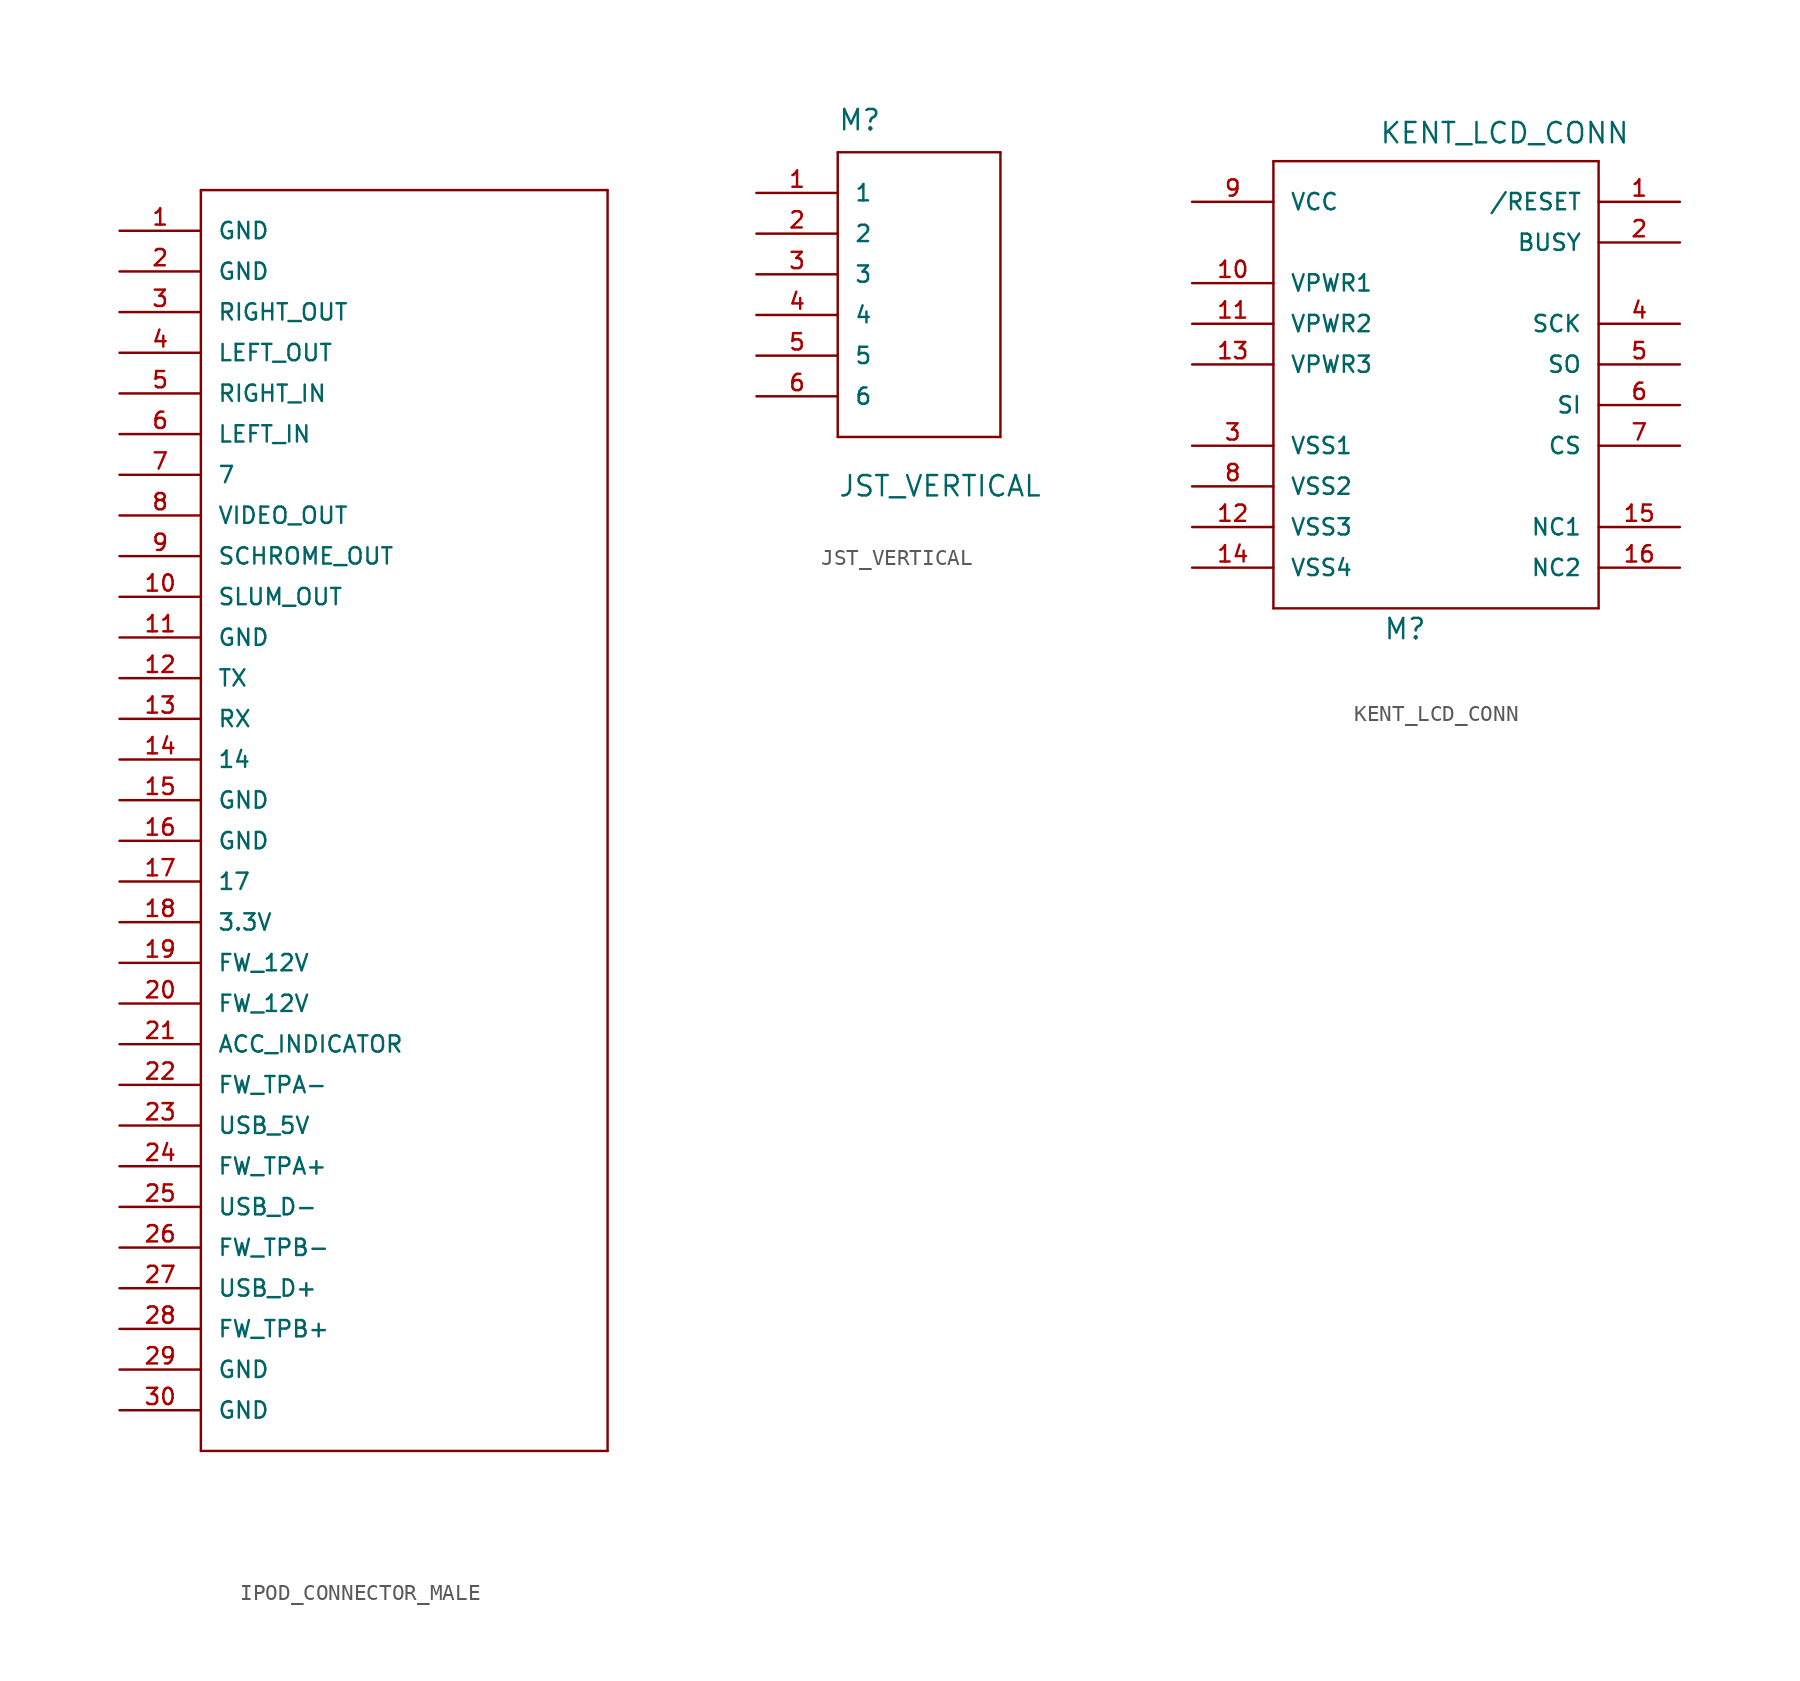
<source format=kicad_sym>
(kicad_symbol_lib
  (version 20211014)
  (generator kicad_symbol_editor)
  (symbol "IPOD_CONNECTOR_MALE"
    (pin_names
      (offset 1.016))
    (property "Reference" "M"
      (at 0 0 0)
      (effects (font (size 1.27 1.27)) hide))
    (property "Datasheet" ""
      (at 0 0 0)
      (effects (font (size 1.524 1.524))))
    (property "ki_locked" ""
      (at 0 0 0)
      (effects (font (size 1.27 1.27))))
    (symbol "IPOD_CONNECTOR_MALE_1_0"
      (polyline (pts (xy -12.7 -40.64) (xy 12.7 -40.64)) (stroke (width 0) (type default) (color 0 0 0 0)) (fill (type none)))
      (polyline (pts (xy -12.7 38.1) (xy -12.7 -40.64)) (stroke (width 0) (type default) (color 0 0 0 0)) (fill (type none)))
      (polyline (pts (xy 12.7 -40.64) (xy 12.7 38.1)) (stroke (width 0) (type default) (color 0 0 0 0)) (fill (type none)))
      (polyline (pts (xy 12.7 38.1) (xy -12.7 38.1)) (stroke (width 0) (type default) (color 0 0 0 0)) (fill (type none))))
    (symbol "IPOD_CONNECTOR_MALE_1_1"
      (pin bidirectional line (at -17.78 35.56 0) (length 5.08) (name "GND" (effects (font (size 1.016 1.016)))) (number "1" (effects (font (size 1.016 1.016)))))
      (pin bidirectional line (at -17.78 12.7 0) (length 5.08) (name "SLUM_OUT" (effects (font (size 1.016 1.016)))) (number "10" (effects (font (size 1.016 1.016)))))
      (pin bidirectional line (at -17.78 10.16 0) (length 5.08) (name "GND" (effects (font (size 1.016 1.016)))) (number "11" (effects (font (size 1.016 1.016)))))
      (pin bidirectional line (at -17.78 7.62 0) (length 5.08) (name "TX" (effects (font (size 1.016 1.016)))) (number "12" (effects (font (size 1.016 1.016)))))
      (pin bidirectional line (at -17.78 5.08 0) (length 5.08) (name "RX" (effects (font (size 1.016 1.016)))) (number "13" (effects (font (size 1.016 1.016)))))
      (pin bidirectional line (at -17.78 2.54 0) (length 5.08) (name "14" (effects (font (size 1.016 1.016)))) (number "14" (effects (font (size 1.016 1.016)))))
      (pin bidirectional line (at -17.78 0 0) (length 5.08) (name "GND" (effects (font (size 1.016 1.016)))) (number "15" (effects (font (size 1.016 1.016)))))
      (pin bidirectional line (at -17.78 -2.54 0) (length 5.08) (name "GND" (effects (font (size 1.016 1.016)))) (number "16" (effects (font (size 1.016 1.016)))))
      (pin bidirectional line (at -17.78 -5.08 0) (length 5.08) (name "17" (effects (font (size 1.016 1.016)))) (number "17" (effects (font (size 1.016 1.016)))))
      (pin bidirectional line (at -17.78 -7.62 0) (length 5.08) (name "3.3V" (effects (font (size 1.016 1.016)))) (number "18" (effects (font (size 1.016 1.016)))))
      (pin bidirectional line (at -17.78 -10.16 0) (length 5.08) (name "FW_12V" (effects (font (size 1.016 1.016)))) (number "19" (effects (font (size 1.016 1.016)))))
      (pin bidirectional line (at -17.78 33.02 0) (length 5.08) (name "GND" (effects (font (size 1.016 1.016)))) (number "2" (effects (font (size 1.016 1.016)))))
      (pin bidirectional line (at -17.78 -12.7 0) (length 5.08) (name "FW_12V" (effects (font (size 1.016 1.016)))) (number "20" (effects (font (size 1.016 1.016)))))
      (pin bidirectional line (at -17.78 -15.24 0) (length 5.08) (name "ACC_INDICATOR" (effects (font (size 1.016 1.016)))) (number "21" (effects (font (size 1.016 1.016)))))
      (pin bidirectional line (at -17.78 -17.78 0) (length 5.08) (name "FW_TPA-" (effects (font (size 1.016 1.016)))) (number "22" (effects (font (size 1.016 1.016)))))
      (pin bidirectional line (at -17.78 -20.32 0) (length 5.08) (name "USB_5V" (effects (font (size 1.016 1.016)))) (number "23" (effects (font (size 1.016 1.016)))))
      (pin bidirectional line (at -17.78 -22.86 0) (length 5.08) (name "FW_TPA+" (effects (font (size 1.016 1.016)))) (number "24" (effects (font (size 1.016 1.016)))))
      (pin bidirectional line (at -17.78 -25.4 0) (length 5.08) (name "USB_D-" (effects (font (size 1.016 1.016)))) (number "25" (effects (font (size 1.016 1.016)))))
      (pin bidirectional line (at -17.78 -27.94 0) (length 5.08) (name "FW_TPB-" (effects (font (size 1.016 1.016)))) (number "26" (effects (font (size 1.016 1.016)))))
      (pin bidirectional line (at -17.78 -30.48 0) (length 5.08) (name "USB_D+" (effects (font (size 1.016 1.016)))) (number "27" (effects (font (size 1.016 1.016)))))
      (pin bidirectional line (at -17.78 -33.02 0) (length 5.08) (name "FW_TPB+" (effects (font (size 1.016 1.016)))) (number "28" (effects (font (size 1.016 1.016)))))
      (pin bidirectional line (at -17.78 -35.56 0) (length 5.08) (name "GND" (effects (font (size 1.016 1.016)))) (number "29" (effects (font (size 1.016 1.016)))))
      (pin bidirectional line (at -17.78 30.48 0) (length 5.08) (name "RIGHT_OUT" (effects (font (size 1.016 1.016)))) (number "3" (effects (font (size 1.016 1.016)))))
      (pin bidirectional line (at -17.78 -38.1 0) (length 5.08) (name "GND" (effects (font (size 1.016 1.016)))) (number "30" (effects (font (size 1.016 1.016)))))
      (pin bidirectional line (at -17.78 27.94 0) (length 5.08) (name "LEFT_OUT" (effects (font (size 1.016 1.016)))) (number "4" (effects (font (size 1.016 1.016)))))
      (pin bidirectional line (at -17.78 25.4 0) (length 5.08) (name "RIGHT_IN" (effects (font (size 1.016 1.016)))) (number "5" (effects (font (size 1.016 1.016)))))
      (pin bidirectional line (at -17.78 22.86 0) (length 5.08) (name "LEFT_IN" (effects (font (size 1.016 1.016)))) (number "6" (effects (font (size 1.016 1.016)))))
      (pin bidirectional line (at -17.78 20.32 0) (length 5.08) (name "7" (effects (font (size 1.016 1.016)))) (number "7" (effects (font (size 1.016 1.016)))))
      (pin bidirectional line (at -17.78 17.78 0) (length 5.08) (name "VIDEO_OUT" (effects (font (size 1.016 1.016)))) (number "8" (effects (font (size 1.016 1.016)))))
      (pin bidirectional line (at -17.78 15.24 0) (length 5.08) (name "SCHROME_OUT" (effects (font (size 1.016 1.016)))) (number "9" (effects (font (size 1.016 1.016)))))))
  (symbol "JST_VERTICAL"
    (pin_names
      (offset 1.016))
    (property "Reference" "M"
      (at -7.62 8.89 0)
      (effects (font (size 1.27 1.27)) (justify left bottom)))
    (property "Value" "JST_VERTICAL"
      (at -7.62 -13.97 0)
      (effects (font (size 1.27 1.27)) (justify left bottom)))
    (property "Datasheet" ""
      (at 0 0 0)
      (effects (font (size 1.524 1.524))))
    (property "ki_locked" ""
      (at 0 0 0)
      (effects (font (size 1.27 1.27))))
    (symbol "JST_VERTICAL_1_0"
      (polyline (pts (xy -7.62 -10.16) (xy -7.62 7.62)) (stroke (width 0) (type default) (color 0 0 0 0)) (fill (type none)))
      (polyline (pts (xy -7.62 7.62) (xy 2.54 7.62)) (stroke (width 0) (type default) (color 0 0 0 0)) (fill (type none)))
      (polyline (pts (xy 2.54 -10.16) (xy -7.62 -10.16)) (stroke (width 0) (type default) (color 0 0 0 0)) (fill (type none)))
      (polyline (pts (xy 2.54 7.62) (xy 2.54 -10.16)) (stroke (width 0) (type default) (color 0 0 0 0)) (fill (type none))))
    (symbol "JST_VERTICAL_1_1"
      (pin bidirectional line (at -12.7 5.08 0) (length 5.08) (name "1" (effects (font (size 1.016 1.016)))) (number "1" (effects (font (size 1.016 1.016)))))
      (pin bidirectional line (at -12.7 2.54 0) (length 5.08) (name "2" (effects (font (size 1.016 1.016)))) (number "2" (effects (font (size 1.016 1.016)))))
      (pin bidirectional line (at -12.7 0 0) (length 5.08) (name "3" (effects (font (size 1.016 1.016)))) (number "3" (effects (font (size 1.016 1.016)))))
      (pin bidirectional line (at -12.7 -2.54 0) (length 5.08) (name "4" (effects (font (size 1.016 1.016)))) (number "4" (effects (font (size 1.016 1.016)))))
      (pin bidirectional line (at -12.7 -5.08 0) (length 5.08) (name "5" (effects (font (size 1.016 1.016)))) (number "5" (effects (font (size 1.016 1.016)))))
      (pin bidirectional line (at -12.7 -7.62 0) (length 5.08) (name "6" (effects (font (size 1.016 1.016)))) (number "6" (effects (font (size 1.016 1.016)))))))
  (symbol "KENT_LCD_CONN"
    (pin_names
      (offset 1.016))
    (property "Reference" "M"
      (at -3.302 -17.272 0)
      (effects (font (size 1.27 1.27)) (justify left bottom)))
    (property "Value" "KENT_LCD_CONN"
      (at -3.556 13.716 0)
      (effects (font (size 1.27 1.27)) (justify left bottom)))
    (property "Datasheet" ""
      (at 0 0 0)
      (effects (font (size 1.524 1.524))))
    (property "ki_locked" ""
      (at 0 0 0)
      (effects (font (size 1.27 1.27))))
    (symbol "KENT_LCD_CONN_1_0"
      (polyline (pts (xy -10.16 -15.24) (xy -10.16 12.7)) (stroke (width 0) (type default) (color 0 0 0 0)) (fill (type none)))
      (polyline (pts (xy -10.16 12.7) (xy 10.16 12.7)) (stroke (width 0) (type default) (color 0 0 0 0)) (fill (type none)))
      (polyline (pts (xy 10.16 -15.24) (xy -10.16 -15.24)) (stroke (width 0) (type default) (color 0 0 0 0)) (fill (type none)))
      (polyline (pts (xy 10.16 12.7) (xy 10.16 -15.24)) (stroke (width 0) (type default) (color 0 0 0 0)) (fill (type none))))
    (symbol "KENT_LCD_CONN_1_1"
      (pin bidirectional line (at 15.24 10.16 180) (length 5.08) (name "/RESET" (effects (font (size 1.016 1.016)))) (number "1" (effects (font (size 1.016 1.016)))))
      (pin bidirectional line (at -15.24 5.08 0) (length 5.08) (name "VPWR1" (effects (font (size 1.016 1.016)))) (number "10" (effects (font (size 1.016 1.016)))))
      (pin bidirectional line (at -15.24 2.54 0) (length 5.08) (name "VPWR2" (effects (font (size 1.016 1.016)))) (number "11" (effects (font (size 1.016 1.016)))))
      (pin bidirectional line (at -15.24 -10.16 0) (length 5.08) (name "VSS3" (effects (font (size 1.016 1.016)))) (number "12" (effects (font (size 1.016 1.016)))))
      (pin bidirectional line (at -15.24 0 0) (length 5.08) (name "VPWR3" (effects (font (size 1.016 1.016)))) (number "13" (effects (font (size 1.016 1.016)))))
      (pin bidirectional line (at -15.24 -12.7 0) (length 5.08) (name "VSS4" (effects (font (size 1.016 1.016)))) (number "14" (effects (font (size 1.016 1.016)))))
      (pin bidirectional line (at 15.24 -10.16 180) (length 5.08) (name "NC1" (effects (font (size 1.016 1.016)))) (number "15" (effects (font (size 1.016 1.016)))))
      (pin bidirectional line (at 15.24 -12.7 180) (length 5.08) (name "NC2" (effects (font (size 1.016 1.016)))) (number "16" (effects (font (size 1.016 1.016)))))
      (pin bidirectional line (at 15.24 7.62 180) (length 5.08) (name "BUSY" (effects (font (size 1.016 1.016)))) (number "2" (effects (font (size 1.016 1.016)))))
      (pin bidirectional line (at -15.24 -5.08 0) (length 5.08) (name "VSS1" (effects (font (size 1.016 1.016)))) (number "3" (effects (font (size 1.016 1.016)))))
      (pin bidirectional line (at 15.24 2.54 180) (length 5.08) (name "SCK" (effects (font (size 1.016 1.016)))) (number "4" (effects (font (size 1.016 1.016)))))
      (pin bidirectional line (at 15.24 0 180) (length 5.08) (name "SO" (effects (font (size 1.016 1.016)))) (number "5" (effects (font (size 1.016 1.016)))))
      (pin bidirectional line (at 15.24 -2.54 180) (length 5.08) (name "SI" (effects (font (size 1.016 1.016)))) (number "6" (effects (font (size 1.016 1.016)))))
      (pin bidirectional line (at 15.24 -5.08 180) (length 5.08) (name "CS" (effects (font (size 1.016 1.016)))) (number "7" (effects (font (size 1.016 1.016)))))
      (pin bidirectional line (at -15.24 -7.62 0) (length 5.08) (name "VSS2" (effects (font (size 1.016 1.016)))) (number "8" (effects (font (size 1.016 1.016)))))
      (pin bidirectional line (at -15.24 10.16 0) (length 5.08) (name "VCC" (effects (font (size 1.016 1.016)))) (number "9" (effects (font (size 1.016 1.016))))))))
</source>
